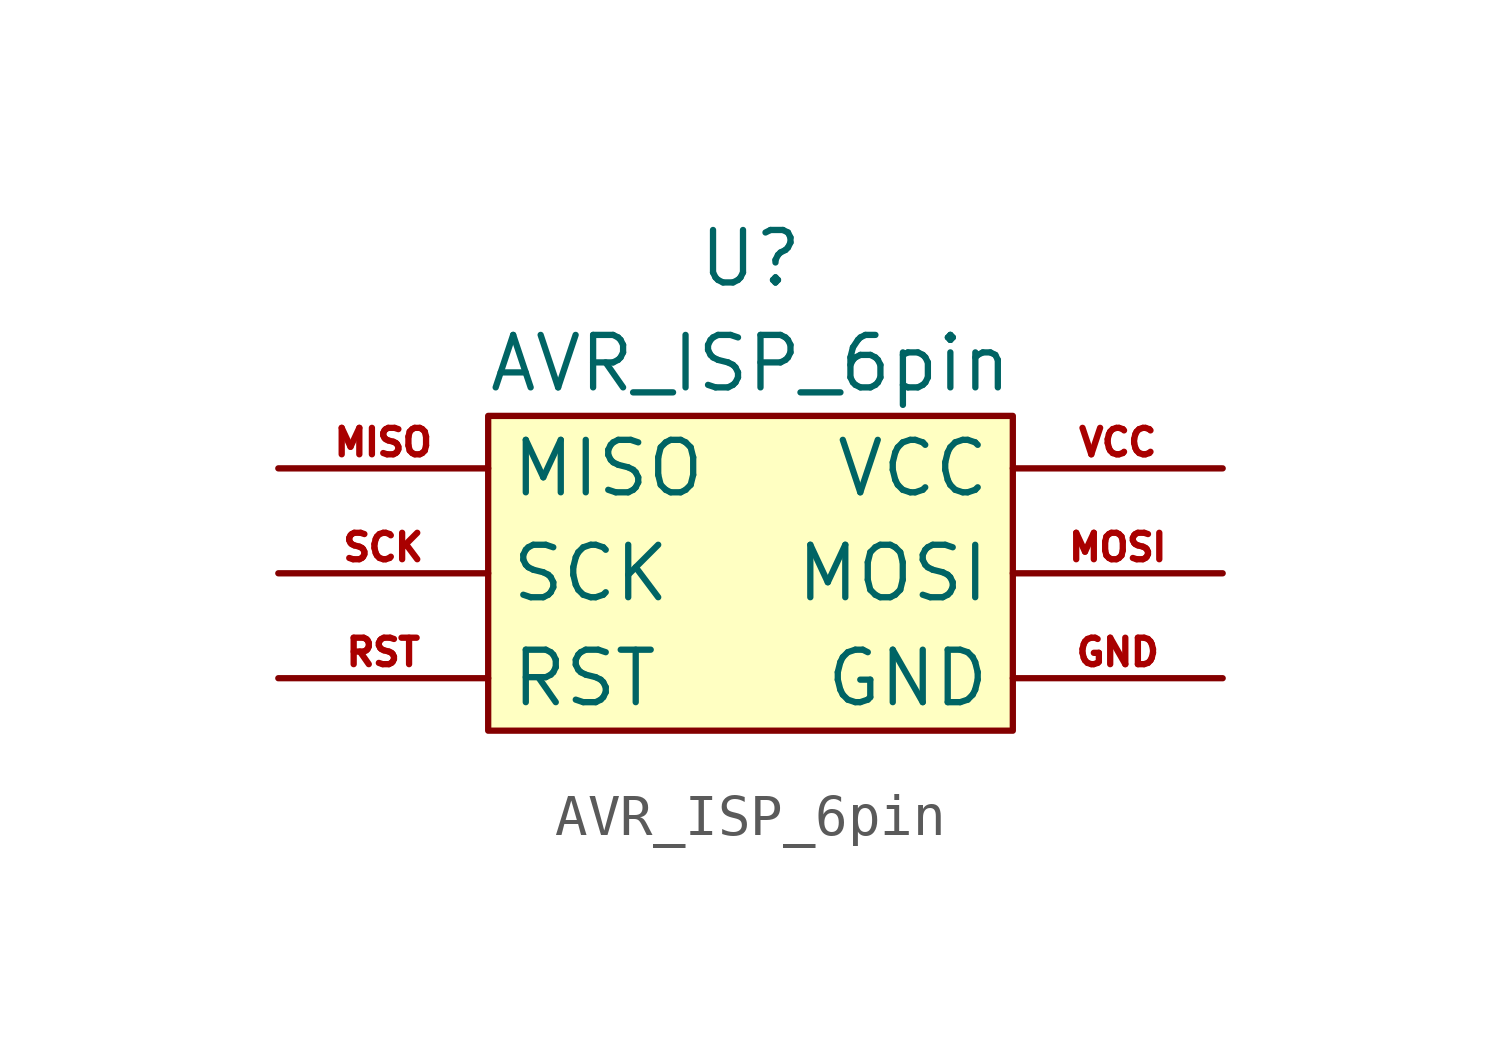
<source format=kicad_sym>
(kicad_symbol_lib
  (version 20211014)
  (generator kicad_symbol_editor)
  (symbol "AVR_ISP_6pin"
    (property "Reference" "U"
      (at 0 7.62 0)
      (effects (font (size 1.27 1.27))))
    (property "Value" "AVR_ISP_6pin"
      (at 0 5.08 0)
      (effects (font (size 1.27 1.27))))
    (symbol "AVR_ISP_6pin_0_1"
      (rectangle (start -6.35 3.81) (end 6.35 -3.81) (stroke (width 0) (type default) (color 0 0 0 0)) (fill (type background))))
    (symbol "AVR_ISP_6pin_1_1"
      (pin passive line (at 11.43 -2.54 180) (length 5.08) (name "GND" (effects (font (size 1.27 1.27)))) (number "GND" (effects (font (size 0.64 0.64)))))
      (pin passive line (at -11.43 2.54 0) (length 5.08) (name "MISO" (effects (font (size 1.27 1.27)))) (number "MISO" (effects (font (size 0.64 0.64)))))
      (pin passive line (at 11.43 0 180) (length 5.08) (name "MOSI" (effects (font (size 1.27 1.27)))) (number "MOSI" (effects (font (size 0.64 0.64)))))
      (pin passive line (at -11.43 -2.54 0) (length 5.08) (name "RST" (effects (font (size 1.27 1.27)))) (number "RST" (effects (font (size 0.64 0.64)))))
      (pin passive line (at -11.43 0 0) (length 5.08) (name "SCK" (effects (font (size 1.27 1.27)))) (number "SCK" (effects (font (size 0.64 0.64)))))
      (pin passive line (at 11.43 2.54 180) (length 5.08) (name "VCC" (effects (font (size 1.27 1.27)))) (number "VCC" (effects (font (size 0.64 0.64))))))))
</source>
